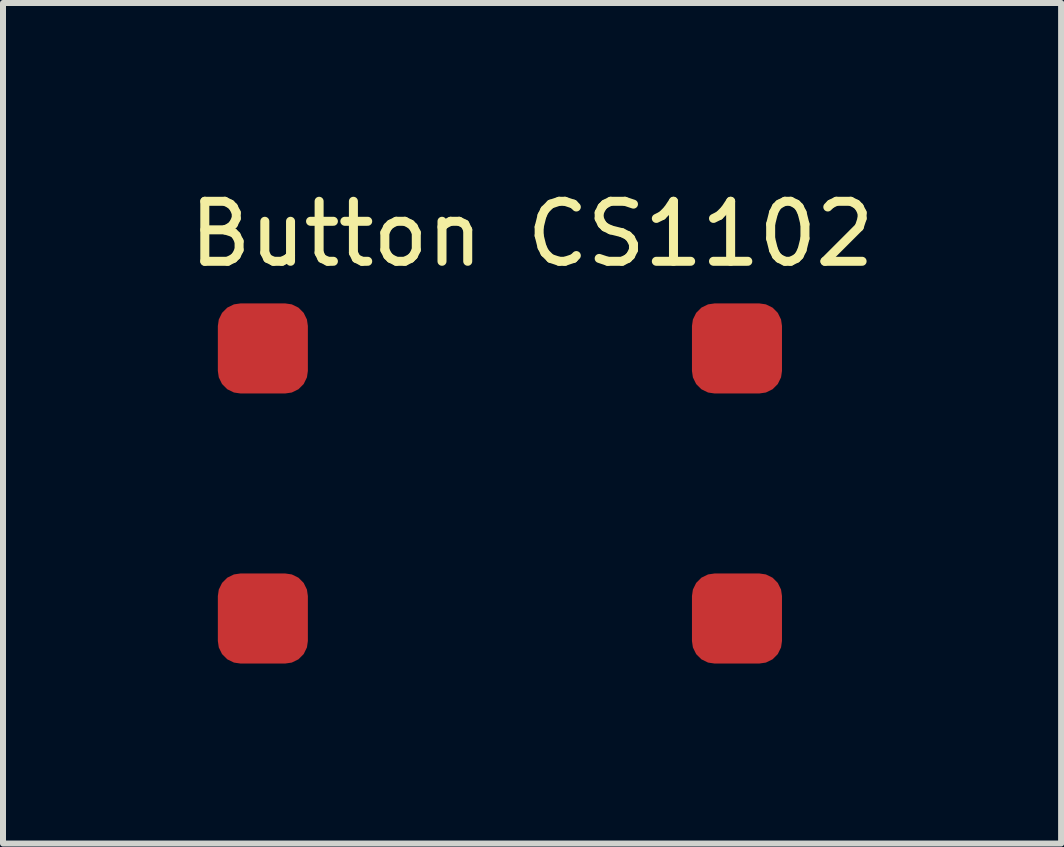
<source format=kicad_pcb>
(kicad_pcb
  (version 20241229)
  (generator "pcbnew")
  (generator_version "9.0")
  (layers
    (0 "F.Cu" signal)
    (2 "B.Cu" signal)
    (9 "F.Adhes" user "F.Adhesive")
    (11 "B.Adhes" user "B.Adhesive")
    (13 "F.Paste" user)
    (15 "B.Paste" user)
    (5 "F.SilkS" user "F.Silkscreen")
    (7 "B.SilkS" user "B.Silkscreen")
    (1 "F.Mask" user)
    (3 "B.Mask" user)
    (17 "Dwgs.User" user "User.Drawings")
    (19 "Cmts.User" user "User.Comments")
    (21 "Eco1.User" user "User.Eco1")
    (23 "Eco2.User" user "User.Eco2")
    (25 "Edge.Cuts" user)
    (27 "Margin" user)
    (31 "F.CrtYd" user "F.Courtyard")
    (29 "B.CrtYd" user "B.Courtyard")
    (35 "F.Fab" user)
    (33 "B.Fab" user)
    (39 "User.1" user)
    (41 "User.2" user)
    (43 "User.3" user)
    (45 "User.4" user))
  (footprint "Button CS1102"
    (layer "F.Cu")
    (at 5.28 5.006)
    (property "Reference" "Button CS1102" (at 0.535 -4.157 0) (unlocked yes) (layer "F.SilkS") (effects (font (size 1 1) (thickness 0.15))))
    (attr smd)
    (pad "1" smd roundrect (at -3.95 -2.25) (size 1.5 1.5) (layers "F.Cu" "F.Mask" "F.Paste") (roundrect_rratio 0.25))
    (pad "2" smd roundrect (at -3.95 2.25) (size 1.5 1.5) (layers "F.Cu" "F.Mask" "F.Paste") (roundrect_rratio 0.25))
    (pad "3" smd roundrect (at 3.95 -2.25) (size 1.5 1.5) (layers "F.Cu" "F.Mask" "F.Paste") (roundrect_rratio 0.25))
    (pad "4" smd roundrect (at 3.95 2.25) (size 1.5 1.5) (layers "F.Cu" "F.Mask" "F.Paste") (roundrect_rratio 0.25)))
  (gr_rect
    (start -3 -3)
    (end 14.631 11.006)
    (stroke (width 0.1) (type default))
    (fill no)
    (layer "Edge.Cuts")))
</source>
